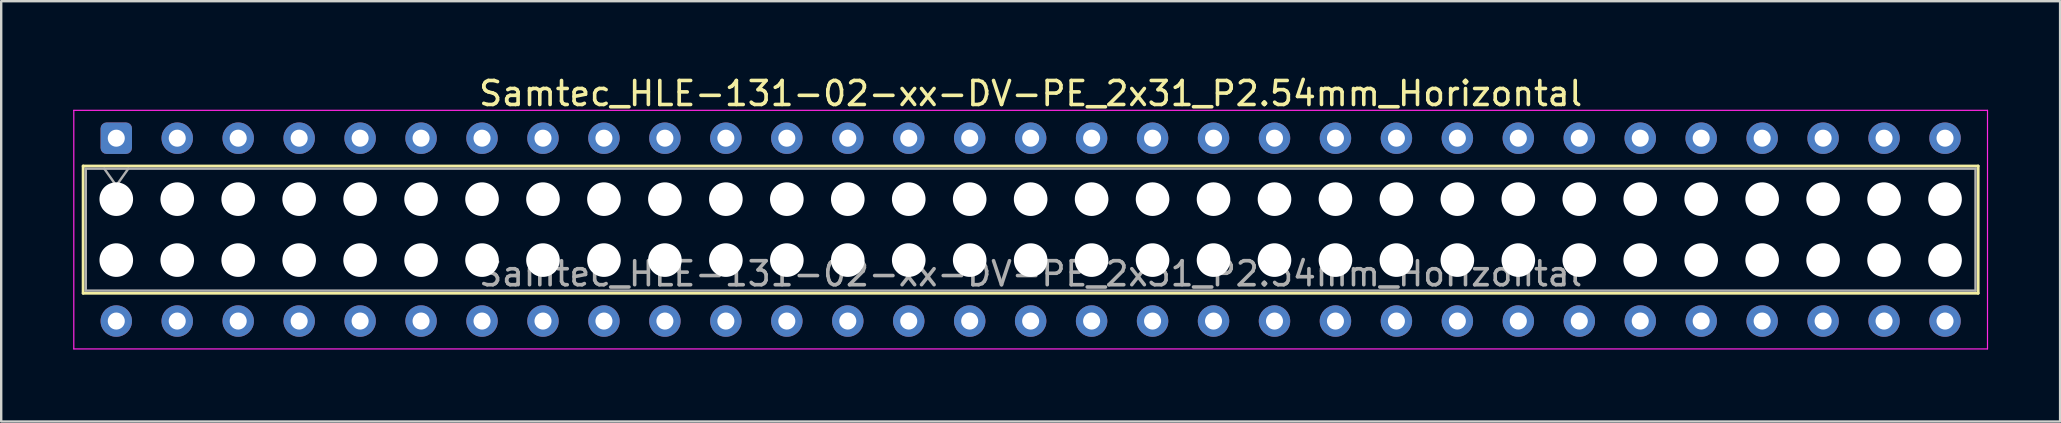
<source format=kicad_pcb>
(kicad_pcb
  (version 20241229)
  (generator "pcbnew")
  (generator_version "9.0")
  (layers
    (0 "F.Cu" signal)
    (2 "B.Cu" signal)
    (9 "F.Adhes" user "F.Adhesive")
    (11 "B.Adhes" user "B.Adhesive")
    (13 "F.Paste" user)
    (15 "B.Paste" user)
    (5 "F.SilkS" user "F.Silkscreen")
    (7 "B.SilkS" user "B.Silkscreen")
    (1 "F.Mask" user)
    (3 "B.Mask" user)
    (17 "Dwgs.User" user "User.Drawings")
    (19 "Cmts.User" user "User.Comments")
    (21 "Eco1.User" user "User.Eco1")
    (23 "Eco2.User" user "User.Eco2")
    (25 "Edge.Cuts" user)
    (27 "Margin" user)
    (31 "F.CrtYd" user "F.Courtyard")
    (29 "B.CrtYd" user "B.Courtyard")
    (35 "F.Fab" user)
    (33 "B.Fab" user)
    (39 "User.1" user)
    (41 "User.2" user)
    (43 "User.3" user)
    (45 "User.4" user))
  (footprint "Samtec_HLE-131-02-xx-DV-PE_2x31_P2.54mm_Horizontal"
    (layer "F.Cu")
    (at 1.795 2.708)
    (property "Reference" "Samtec_HLE-131-02-xx-DV-PE_2x31_P2.54mm_Horizontal" (at 38.1 -1.86 0) (layer "F.SilkS") (effects (font (size 1 1) (thickness 0.15))))
    (attr through_hole)
    (fp_line (start -1.38 1.16) (end 77.58 1.16) (stroke (width 0.12) (type solid)) (layer "F.SilkS"))
    (fp_line (start -1.38 6.46) (end -1.38 1.16) (stroke (width 0.12) (type solid)) (layer "F.SilkS"))
    (fp_line (start 77.58 1.16) (end 77.58 6.46) (stroke (width 0.12) (type solid)) (layer "F.SilkS"))
    (fp_line (start 77.58 6.46) (end -1.38 6.46) (stroke (width 0.12) (type solid)) (layer "F.SilkS"))
    (fp_line (start -1.77 -1.16) (end 77.97 -1.16) (stroke (width 0.05) (type solid)) (layer "F.CrtYd"))
    (fp_line (start -1.77 8.78) (end -1.77 -1.16) (stroke (width 0.05) (type solid)) (layer "F.CrtYd"))
    (fp_line (start 77.97 -1.16) (end 77.97 8.78) (stroke (width 0.05) (type solid)) (layer "F.CrtYd"))
    (fp_line (start 77.97 8.78) (end -1.77 8.78) (stroke (width 0.05) (type solid)) (layer "F.CrtYd"))
    (fp_line (start -1.27 1.27) (end 77.47 1.27) (stroke (width 0.1) (type solid)) (layer "F.Fab"))
    (fp_line (start -1.27 6.35) (end -1.27 1.27) (stroke (width 0.1) (type solid)) (layer "F.Fab"))
    (fp_line (start -0.5 1.27) (end 0 1.977) (stroke (width 0.1) (type solid)) (layer "F.Fab"))
    (fp_line (start 0 1.977) (end 0.5 1.27) (stroke (width 0.1) (type solid)) (layer "F.Fab"))
    (fp_line (start 77.47 1.27) (end 77.47 6.35) (stroke (width 0.1) (type solid)) (layer "F.Fab"))
    (fp_line (start 77.47 6.35) (end -1.27 6.35) (stroke (width 0.1) (type solid)) (layer "F.Fab"))
    (fp_text user "${REFERENCE}" (at 38.1 5.65 0) (layer "F.Fab") (effects (font (size 1 1) (thickness 0.15))))
    (pad "" np_thru_hole circle (at 0 2.54) (size 1.4 1.4) (drill 1.4) (layers "*.Cu" "*.Mask"))
    (pad "" np_thru_hole circle (at 0 5.08) (size 1.4 1.4) (drill 1.4) (layers "*.Cu" "*.Mask"))
    (pad "" np_thru_hole circle (at 2.54 2.54) (size 1.4 1.4) (drill 1.4) (layers "*.Cu" "*.Mask"))
    (pad "" np_thru_hole circle (at 2.54 5.08) (size 1.4 1.4) (drill 1.4) (layers "*.Cu" "*.Mask"))
    (pad "" np_thru_hole circle (at 5.08 2.54) (size 1.4 1.4) (drill 1.4) (layers "*.Cu" "*.Mask"))
    (pad "" np_thru_hole circle (at 5.08 5.08) (size 1.4 1.4) (drill 1.4) (layers "*.Cu" "*.Mask"))
    (pad "" np_thru_hole circle (at 7.62 2.54) (size 1.4 1.4) (drill 1.4) (layers "*.Cu" "*.Mask"))
    (pad "" np_thru_hole circle (at 7.62 5.08) (size 1.4 1.4) (drill 1.4) (layers "*.Cu" "*.Mask"))
    (pad "" np_thru_hole circle (at 10.16 2.54) (size 1.4 1.4) (drill 1.4) (layers "*.Cu" "*.Mask"))
    (pad "" np_thru_hole circle (at 10.16 5.08) (size 1.4 1.4) (drill 1.4) (layers "*.Cu" "*.Mask"))
    (pad "" np_thru_hole circle (at 12.7 2.54) (size 1.4 1.4) (drill 1.4) (layers "*.Cu" "*.Mask"))
    (pad "" np_thru_hole circle (at 12.7 5.08) (size 1.4 1.4) (drill 1.4) (layers "*.Cu" "*.Mask"))
    (pad "" np_thru_hole circle (at 15.24 2.54) (size 1.4 1.4) (drill 1.4) (layers "*.Cu" "*.Mask"))
    (pad "" np_thru_hole circle (at 15.24 5.08) (size 1.4 1.4) (drill 1.4) (layers "*.Cu" "*.Mask"))
    (pad "" np_thru_hole circle (at 17.78 2.54) (size 1.4 1.4) (drill 1.4) (layers "*.Cu" "*.Mask"))
    (pad "" np_thru_hole circle (at 17.78 5.08) (size 1.4 1.4) (drill 1.4) (layers "*.Cu" "*.Mask"))
    (pad "" np_thru_hole circle (at 20.32 2.54) (size 1.4 1.4) (drill 1.4) (layers "*.Cu" "*.Mask"))
    (pad "" np_thru_hole circle (at 20.32 5.08) (size 1.4 1.4) (drill 1.4) (layers "*.Cu" "*.Mask"))
    (pad "" np_thru_hole circle (at 22.86 2.54) (size 1.4 1.4) (drill 1.4) (layers "*.Cu" "*.Mask"))
    (pad "" np_thru_hole circle (at 22.86 5.08) (size 1.4 1.4) (drill 1.4) (layers "*.Cu" "*.Mask"))
    (pad "" np_thru_hole circle (at 25.4 2.54) (size 1.4 1.4) (drill 1.4) (layers "*.Cu" "*.Mask"))
    (pad "" np_thru_hole circle (at 25.4 5.08) (size 1.4 1.4) (drill 1.4) (layers "*.Cu" "*.Mask"))
    (pad "" np_thru_hole circle (at 27.94 2.54) (size 1.4 1.4) (drill 1.4) (layers "*.Cu" "*.Mask"))
    (pad "" np_thru_hole circle (at 27.94 5.08) (size 1.4 1.4) (drill 1.4) (layers "*.Cu" "*.Mask"))
    (pad "" np_thru_hole circle (at 30.48 2.54) (size 1.4 1.4) (drill 1.4) (layers "*.Cu" "*.Mask"))
    (pad "" np_thru_hole circle (at 30.48 5.08) (size 1.4 1.4) (drill 1.4) (layers "*.Cu" "*.Mask"))
    (pad "" np_thru_hole circle (at 33.02 2.54) (size 1.4 1.4) (drill 1.4) (layers "*.Cu" "*.Mask"))
    (pad "" np_thru_hole circle (at 33.02 5.08) (size 1.4 1.4) (drill 1.4) (layers "*.Cu" "*.Mask"))
    (pad "" np_thru_hole circle (at 35.56 2.54) (size 1.4 1.4) (drill 1.4) (layers "*.Cu" "*.Mask"))
    (pad "" np_thru_hole circle (at 35.56 5.08) (size 1.4 1.4) (drill 1.4) (layers "*.Cu" "*.Mask"))
    (pad "" np_thru_hole circle (at 38.1 2.54) (size 1.4 1.4) (drill 1.4) (layers "*.Cu" "*.Mask"))
    (pad "" np_thru_hole circle (at 38.1 5.08) (size 1.4 1.4) (drill 1.4) (layers "*.Cu" "*.Mask"))
    (pad "" np_thru_hole circle (at 40.64 2.54) (size 1.4 1.4) (drill 1.4) (layers "*.Cu" "*.Mask"))
    (pad "" np_thru_hole circle (at 40.64 5.08) (size 1.4 1.4) (drill 1.4) (layers "*.Cu" "*.Mask"))
    (pad "" np_thru_hole circle (at 43.18 2.54) (size 1.4 1.4) (drill 1.4) (layers "*.Cu" "*.Mask"))
    (pad "" np_thru_hole circle (at 43.18 5.08) (size 1.4 1.4) (drill 1.4) (layers "*.Cu" "*.Mask"))
    (pad "" np_thru_hole circle (at 45.72 2.54) (size 1.4 1.4) (drill 1.4) (layers "*.Cu" "*.Mask"))
    (pad "" np_thru_hole circle (at 45.72 5.08) (size 1.4 1.4) (drill 1.4) (layers "*.Cu" "*.Mask"))
    (pad "" np_thru_hole circle (at 48.26 2.54) (size 1.4 1.4) (drill 1.4) (layers "*.Cu" "*.Mask"))
    (pad "" np_thru_hole circle (at 48.26 5.08) (size 1.4 1.4) (drill 1.4) (layers "*.Cu" "*.Mask"))
    (pad "" np_thru_hole circle (at 50.8 2.54) (size 1.4 1.4) (drill 1.4) (layers "*.Cu" "*.Mask"))
    (pad "" np_thru_hole circle (at 50.8 5.08) (size 1.4 1.4) (drill 1.4) (layers "*.Cu" "*.Mask"))
    (pad "" np_thru_hole circle (at 53.34 2.54) (size 1.4 1.4) (drill 1.4) (layers "*.Cu" "*.Mask"))
    (pad "" np_thru_hole circle (at 53.34 5.08) (size 1.4 1.4) (drill 1.4) (layers "*.Cu" "*.Mask"))
    (pad "" np_thru_hole circle (at 55.88 2.54) (size 1.4 1.4) (drill 1.4) (layers "*.Cu" "*.Mask"))
    (pad "" np_thru_hole circle (at 55.88 5.08) (size 1.4 1.4) (drill 1.4) (layers "*.Cu" "*.Mask"))
    (pad "" np_thru_hole circle (at 58.42 2.54) (size 1.4 1.4) (drill 1.4) (layers "*.Cu" "*.Mask"))
    (pad "" np_thru_hole circle (at 58.42 5.08) (size 1.4 1.4) (drill 1.4) (layers "*.Cu" "*.Mask"))
    (pad "" np_thru_hole circle (at 60.96 2.54) (size 1.4 1.4) (drill 1.4) (layers "*.Cu" "*.Mask"))
    (pad "" np_thru_hole circle (at 60.96 5.08) (size 1.4 1.4) (drill 1.4) (layers "*.Cu" "*.Mask"))
    (pad "" np_thru_hole circle (at 63.5 2.54) (size 1.4 1.4) (drill 1.4) (layers "*.Cu" "*.Mask"))
    (pad "" np_thru_hole circle (at 63.5 5.08) (size 1.4 1.4) (drill 1.4) (layers "*.Cu" "*.Mask"))
    (pad "" np_thru_hole circle (at 66.04 2.54) (size 1.4 1.4) (drill 1.4) (layers "*.Cu" "*.Mask"))
    (pad "" np_thru_hole circle (at 66.04 5.08) (size 1.4 1.4) (drill 1.4) (layers "*.Cu" "*.Mask"))
    (pad "" np_thru_hole circle (at 68.58 2.54) (size 1.4 1.4) (drill 1.4) (layers "*.Cu" "*.Mask"))
    (pad "" np_thru_hole circle (at 68.58 5.08) (size 1.4 1.4) (drill 1.4) (layers "*.Cu" "*.Mask"))
    (pad "" np_thru_hole circle (at 71.12 2.54) (size 1.4 1.4) (drill 1.4) (layers "*.Cu" "*.Mask"))
    (pad "" np_thru_hole circle (at 71.12 5.08) (size 1.4 1.4) (drill 1.4) (layers "*.Cu" "*.Mask"))
    (pad "" np_thru_hole circle (at 73.66 2.54) (size 1.4 1.4) (drill 1.4) (layers "*.Cu" "*.Mask"))
    (pad "" np_thru_hole circle (at 73.66 5.08) (size 1.4 1.4) (drill 1.4) (layers "*.Cu" "*.Mask"))
    (pad "" np_thru_hole circle (at 76.2 2.54) (size 1.4 1.4) (drill 1.4) (layers "*.Cu" "*.Mask"))
    (pad "" np_thru_hole circle (at 76.2 5.08) (size 1.4 1.4) (drill 1.4) (layers "*.Cu" "*.Mask"))
    (pad "1" thru_hole roundrect (at 0 0) (size 1.31 1.31) (drill 0.71) (layers "*.Cu" "*.Mask") (roundrect_rratio 0.191))
    (pad "2" thru_hole circle (at 0 7.62) (size 1.31 1.31) (drill 0.71) (layers "*.Cu" "*.Mask"))
    (pad "3" thru_hole circle (at 2.54 0) (size 1.31 1.31) (drill 0.71) (layers "*.Cu" "*.Mask"))
    (pad "4" thru_hole circle (at 2.54 7.62) (size 1.31 1.31) (drill 0.71) (layers "*.Cu" "*.Mask"))
    (pad "5" thru_hole circle (at 5.08 0) (size 1.31 1.31) (drill 0.71) (layers "*.Cu" "*.Mask"))
    (pad "6" thru_hole circle (at 5.08 7.62) (size 1.31 1.31) (drill 0.71) (layers "*.Cu" "*.Mask"))
    (pad "7" thru_hole circle (at 7.62 0) (size 1.31 1.31) (drill 0.71) (layers "*.Cu" "*.Mask"))
    (pad "8" thru_hole circle (at 7.62 7.62) (size 1.31 1.31) (drill 0.71) (layers "*.Cu" "*.Mask"))
    (pad "9" thru_hole circle (at 10.16 0) (size 1.31 1.31) (drill 0.71) (layers "*.Cu" "*.Mask"))
    (pad "10" thru_hole circle (at 10.16 7.62) (size 1.31 1.31) (drill 0.71) (layers "*.Cu" "*.Mask"))
    (pad "11" thru_hole circle (at 12.7 0) (size 1.31 1.31) (drill 0.71) (layers "*.Cu" "*.Mask"))
    (pad "12" thru_hole circle (at 12.7 7.62) (size 1.31 1.31) (drill 0.71) (layers "*.Cu" "*.Mask"))
    (pad "13" thru_hole circle (at 15.24 0) (size 1.31 1.31) (drill 0.71) (layers "*.Cu" "*.Mask"))
    (pad "14" thru_hole circle (at 15.24 7.62) (size 1.31 1.31) (drill 0.71) (layers "*.Cu" "*.Mask"))
    (pad "15" thru_hole circle (at 17.78 0) (size 1.31 1.31) (drill 0.71) (layers "*.Cu" "*.Mask"))
    (pad "16" thru_hole circle (at 17.78 7.62) (size 1.31 1.31) (drill 0.71) (layers "*.Cu" "*.Mask"))
    (pad "17" thru_hole circle (at 20.32 0) (size 1.31 1.31) (drill 0.71) (layers "*.Cu" "*.Mask"))
    (pad "18" thru_hole circle (at 20.32 7.62) (size 1.31 1.31) (drill 0.71) (layers "*.Cu" "*.Mask"))
    (pad "19" thru_hole circle (at 22.86 0) (size 1.31 1.31) (drill 0.71) (layers "*.Cu" "*.Mask"))
    (pad "20" thru_hole circle (at 22.86 7.62) (size 1.31 1.31) (drill 0.71) (layers "*.Cu" "*.Mask"))
    (pad "21" thru_hole circle (at 25.4 0) (size 1.31 1.31) (drill 0.71) (layers "*.Cu" "*.Mask"))
    (pad "22" thru_hole circle (at 25.4 7.62) (size 1.31 1.31) (drill 0.71) (layers "*.Cu" "*.Mask"))
    (pad "23" thru_hole circle (at 27.94 0) (size 1.31 1.31) (drill 0.71) (layers "*.Cu" "*.Mask"))
    (pad "24" thru_hole circle (at 27.94 7.62) (size 1.31 1.31) (drill 0.71) (layers "*.Cu" "*.Mask"))
    (pad "25" thru_hole circle (at 30.48 0) (size 1.31 1.31) (drill 0.71) (layers "*.Cu" "*.Mask"))
    (pad "26" thru_hole circle (at 30.48 7.62) (size 1.31 1.31) (drill 0.71) (layers "*.Cu" "*.Mask"))
    (pad "27" thru_hole circle (at 33.02 0) (size 1.31 1.31) (drill 0.71) (layers "*.Cu" "*.Mask"))
    (pad "28" thru_hole circle (at 33.02 7.62) (size 1.31 1.31) (drill 0.71) (layers "*.Cu" "*.Mask"))
    (pad "29" thru_hole circle (at 35.56 0) (size 1.31 1.31) (drill 0.71) (layers "*.Cu" "*.Mask"))
    (pad "30" thru_hole circle (at 35.56 7.62) (size 1.31 1.31) (drill 0.71) (layers "*.Cu" "*.Mask"))
    (pad "31" thru_hole circle (at 38.1 0) (size 1.31 1.31) (drill 0.71) (layers "*.Cu" "*.Mask"))
    (pad "32" thru_hole circle (at 38.1 7.62) (size 1.31 1.31) (drill 0.71) (layers "*.Cu" "*.Mask"))
    (pad "33" thru_hole circle (at 40.64 0) (size 1.31 1.31) (drill 0.71) (layers "*.Cu" "*.Mask"))
    (pad "34" thru_hole circle (at 40.64 7.62) (size 1.31 1.31) (drill 0.71) (layers "*.Cu" "*.Mask"))
    (pad "35" thru_hole circle (at 43.18 0) (size 1.31 1.31) (drill 0.71) (layers "*.Cu" "*.Mask"))
    (pad "36" thru_hole circle (at 43.18 7.62) (size 1.31 1.31) (drill 0.71) (layers "*.Cu" "*.Mask"))
    (pad "37" thru_hole circle (at 45.72 0) (size 1.31 1.31) (drill 0.71) (layers "*.Cu" "*.Mask"))
    (pad "38" thru_hole circle (at 45.72 7.62) (size 1.31 1.31) (drill 0.71) (layers "*.Cu" "*.Mask"))
    (pad "39" thru_hole circle (at 48.26 0) (size 1.31 1.31) (drill 0.71) (layers "*.Cu" "*.Mask"))
    (pad "40" thru_hole circle (at 48.26 7.62) (size 1.31 1.31) (drill 0.71) (layers "*.Cu" "*.Mask"))
    (pad "41" thru_hole circle (at 50.8 0) (size 1.31 1.31) (drill 0.71) (layers "*.Cu" "*.Mask"))
    (pad "42" thru_hole circle (at 50.8 7.62) (size 1.31 1.31) (drill 0.71) (layers "*.Cu" "*.Mask"))
    (pad "43" thru_hole circle (at 53.34 0) (size 1.31 1.31) (drill 0.71) (layers "*.Cu" "*.Mask"))
    (pad "44" thru_hole circle (at 53.34 7.62) (size 1.31 1.31) (drill 0.71) (layers "*.Cu" "*.Mask"))
    (pad "45" thru_hole circle (at 55.88 0) (size 1.31 1.31) (drill 0.71) (layers "*.Cu" "*.Mask"))
    (pad "46" thru_hole circle (at 55.88 7.62) (size 1.31 1.31) (drill 0.71) (layers "*.Cu" "*.Mask"))
    (pad "47" thru_hole circle (at 58.42 0) (size 1.31 1.31) (drill 0.71) (layers "*.Cu" "*.Mask"))
    (pad "48" thru_hole circle (at 58.42 7.62) (size 1.31 1.31) (drill 0.71) (layers "*.Cu" "*.Mask"))
    (pad "49" thru_hole circle (at 60.96 0) (size 1.31 1.31) (drill 0.71) (layers "*.Cu" "*.Mask"))
    (pad "50" thru_hole circle (at 60.96 7.62) (size 1.31 1.31) (drill 0.71) (layers "*.Cu" "*.Mask"))
    (pad "51" thru_hole circle (at 63.5 0) (size 1.31 1.31) (drill 0.71) (layers "*.Cu" "*.Mask"))
    (pad "52" thru_hole circle (at 63.5 7.62) (size 1.31 1.31) (drill 0.71) (layers "*.Cu" "*.Mask"))
    (pad "53" thru_hole circle (at 66.04 0) (size 1.31 1.31) (drill 0.71) (layers "*.Cu" "*.Mask"))
    (pad "54" thru_hole circle (at 66.04 7.62) (size 1.31 1.31) (drill 0.71) (layers "*.Cu" "*.Mask"))
    (pad "55" thru_hole circle (at 68.58 0) (size 1.31 1.31) (drill 0.71) (layers "*.Cu" "*.Mask"))
    (pad "56" thru_hole circle (at 68.58 7.62) (size 1.31 1.31) (drill 0.71) (layers "*.Cu" "*.Mask"))
    (pad "57" thru_hole circle (at 71.12 0) (size 1.31 1.31) (drill 0.71) (layers "*.Cu" "*.Mask"))
    (pad "58" thru_hole circle (at 71.12 7.62) (size 1.31 1.31) (drill 0.71) (layers "*.Cu" "*.Mask"))
    (pad "59" thru_hole circle (at 73.66 0) (size 1.31 1.31) (drill 0.71) (layers "*.Cu" "*.Mask"))
    (pad "60" thru_hole circle (at 73.66 7.62) (size 1.31 1.31) (drill 0.71) (layers "*.Cu" "*.Mask"))
    (pad "61" thru_hole circle (at 76.2 0) (size 1.31 1.31) (drill 0.71) (layers "*.Cu" "*.Mask"))
    (pad "62" thru_hole circle (at 76.2 7.62) (size 1.31 1.31) (drill 0.71) (layers "*.Cu" "*.Mask")))
  (gr_rect
    (start -3 -3)
    (end 82.79 14.513)
    (stroke (width 0.1) (type default))
    (fill no)
    (layer "Edge.Cuts")))
</source>
